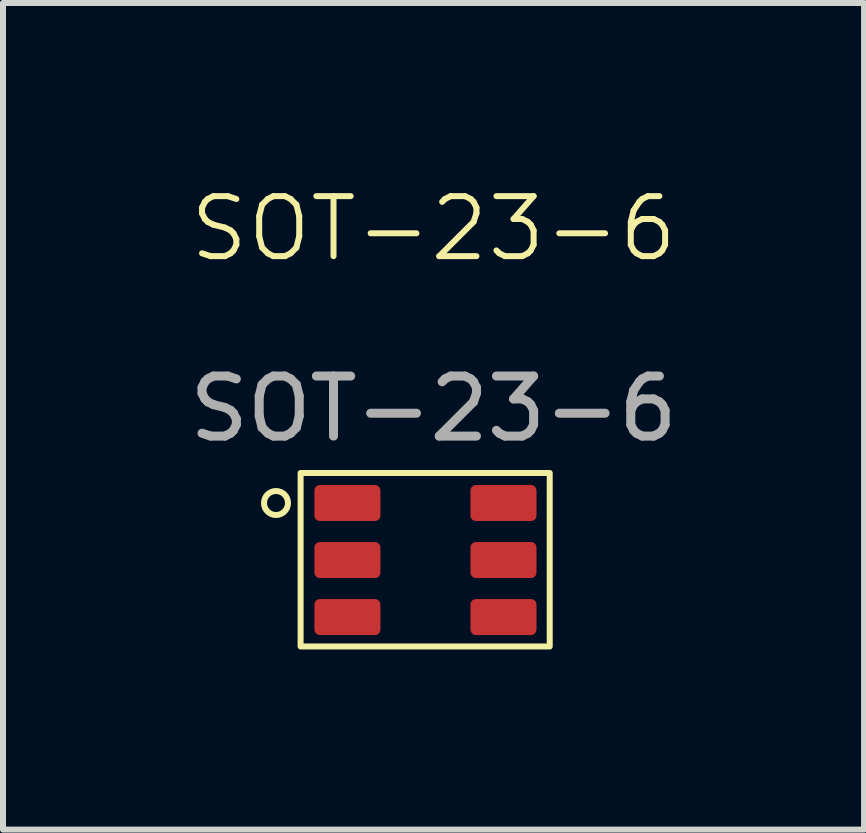
<source format=kicad_pcb>
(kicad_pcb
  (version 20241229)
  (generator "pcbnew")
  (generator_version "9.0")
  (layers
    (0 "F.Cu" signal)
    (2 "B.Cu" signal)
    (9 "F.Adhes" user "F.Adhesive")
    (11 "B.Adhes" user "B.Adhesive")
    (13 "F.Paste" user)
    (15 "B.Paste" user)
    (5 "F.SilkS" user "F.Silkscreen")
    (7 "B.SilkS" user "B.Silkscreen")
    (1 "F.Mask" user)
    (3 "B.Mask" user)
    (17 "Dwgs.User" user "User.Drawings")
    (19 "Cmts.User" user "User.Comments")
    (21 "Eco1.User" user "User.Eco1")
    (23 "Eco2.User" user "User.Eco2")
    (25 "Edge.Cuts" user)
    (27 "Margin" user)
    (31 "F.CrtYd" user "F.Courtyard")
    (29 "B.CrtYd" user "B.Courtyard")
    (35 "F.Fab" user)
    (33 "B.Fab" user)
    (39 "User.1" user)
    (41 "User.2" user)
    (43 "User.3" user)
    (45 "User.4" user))
  (footprint "SOT-23-6"
    (layer "F.Cu")
    (at 4.173 1.26)
    (property "Reference" "SOT-23-6" (at 0 -0.5 0) (unlocked yes) (layer "F.SilkS") (effects (font (size 1 1) (thickness 0.1))))
    (attr smd)
    (fp_rect (start -2.215 3.57) (end 1.935 6.46) (stroke (width 0.1) (type default)) (fill no) (layer "F.SilkS"))
    (fp_circle (center -2.625 4.07) (end -2.425 4.07) (stroke (width 0.1) (type default)) (fill no) (layer "F.SilkS"))
    (fp_text user "${REFERENCE}" (at 0 2.5 0) (unlocked yes) (layer "F.Fab") (effects (font (size 1 1) (thickness 0.15))))
    (pad "1" smd roundrect (at -1.435 4.07 90) (size 0.6 1.1) (layers "F.Cu" "F.Mask" "F.Paste") (roundrect_rratio 0.15))
    (pad "2" smd roundrect (at -1.435 5.02 90) (size 0.6 1.1) (layers "F.Cu" "F.Mask" "F.Paste") (roundrect_rratio 0.15))
    (pad "3" smd roundrect (at -1.435 5.97 90) (size 0.6 1.1) (layers "F.Cu" "F.Mask" "F.Paste") (roundrect_rratio 0.15))
    (pad "4" smd roundrect (at 1.165 5.97 90) (size 0.6 1.1) (layers "F.Cu" "F.Mask" "F.Paste") (roundrect_rratio 0.15))
    (pad "5" smd roundrect (at 1.165 5.02 90) (size 0.6 1.1) (layers "F.Cu" "F.Mask" "F.Paste") (roundrect_rratio 0.15))
    (pad "6" smd roundrect (at 1.165 4.07 90) (size 0.6 1.1) (layers "F.Cu" "F.Mask" "F.Paste") (roundrect_rratio 0.15)))
  (gr_rect
    (start -3 -3)
    (end 11.345 10.771)
    (stroke (width 0.1) (type default))
    (fill no)
    (layer "Edge.Cuts")))
</source>
